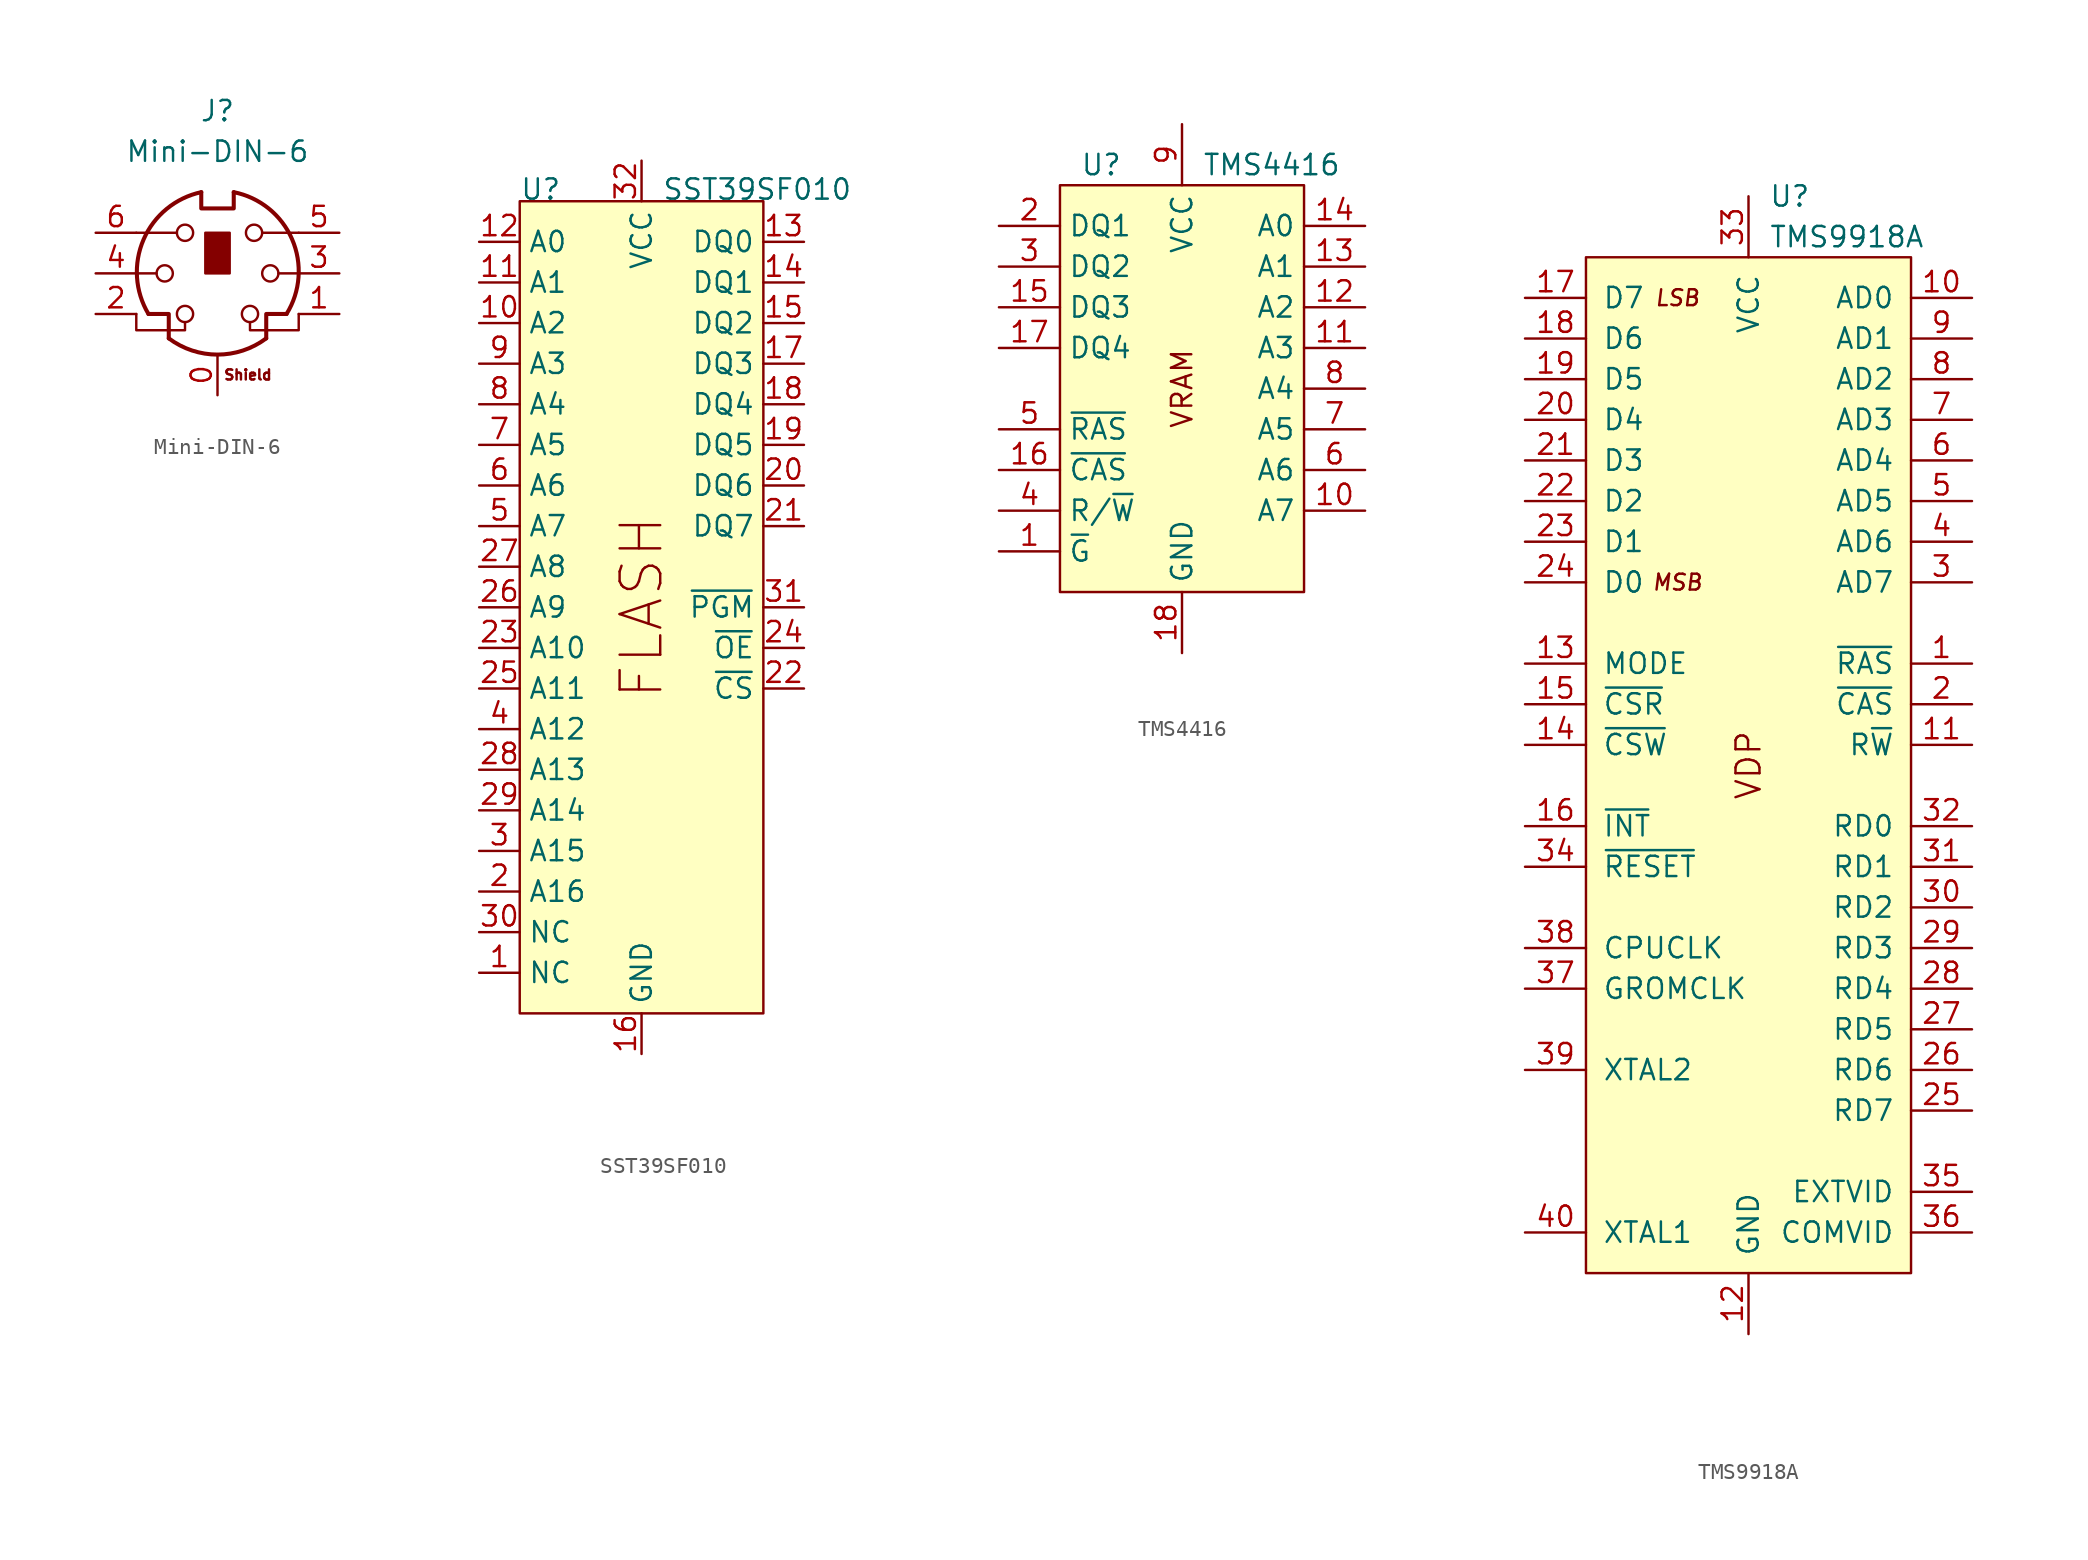
<source format=kicad_sym>
(kicad_symbol_lib
  (version 20220914)
  (generator kicad_symbol_editor)
  (symbol "Mini-DIN-6"
    (pin_names
      (offset 1.016))
    (property "Reference" "J"
      (at 0 10.16 0)
      (effects (font (size 1.27 1.27))))
    (property "Value" "Mini-DIN-6"
      (at 0 7.62 0)
      (effects (font (size 1.27 1.27))))
    (symbol "Mini-DIN-6_0_1"
      (circle (center -3.302 0) (radius 0.508) (stroke (width 0) (type default)) (fill (type none)))
      (arc (start -3.048 -4.064) (mid 0 -5.08) (end 3.048 -4.064) (stroke (width 0.254) (type default)) (fill (type none)))
      (circle (center -2.032 -2.54) (radius 0.508) (stroke (width 0) (type default)) (fill (type none)))
      (circle (center -2.032 2.54) (radius 0.508) (stroke (width 0) (type default)) (fill (type none)))
      (arc (start -1.016 5.08) (mid -4.6228 2.1214) (end -4.318 -2.54) (stroke (width 0.254) (type default)) (fill (type none)))
      (rectangle (start -0.762 2.54) (end 0.762 0) (stroke (width 0) (type default)) (fill (type outline)))
      (polyline (pts (xy -3.81 0) (xy -5.08 0)) (stroke (width 0) (type default)) (fill (type none)))
      (polyline (pts (xy -2.54 2.54) (xy -5.08 2.54)) (stroke (width 0) (type default)) (fill (type none)))
      (polyline (pts (xy 2.794 2.54) (xy 5.08 2.54)) (stroke (width 0) (type default)) (fill (type none)))
      (polyline (pts (xy 5.08 0) (xy 3.81 0)) (stroke (width 0) (type default)) (fill (type none)))
      (polyline (pts (xy -4.318 -2.54) (xy -3.048 -2.54) (xy -3.048 -4.064)) (stroke (width 0.254) (type default)) (fill (type none)))
      (polyline (pts (xy 4.318 -2.54) (xy 3.048 -2.54) (xy 3.048 -4.064)) (stroke (width 0.254) (type default)) (fill (type none)))
      (polyline (pts (xy -2.032 -3.048) (xy -2.032 -3.556) (xy -5.08 -3.556) (xy -5.08 -2.54)) (stroke (width 0) (type default)) (fill (type none)))
      (polyline (pts (xy -1.016 5.08) (xy -1.016 4.064) (xy 1.016 4.064) (xy 1.016 5.08)) (stroke (width 0.254) (type default)) (fill (type none)))
      (polyline (pts (xy 2.032 -3.048) (xy 2.032 -3.556) (xy 5.08 -3.556) (xy 5.08 -2.54)) (stroke (width 0) (type default)) (fill (type none)))
      (circle (center 2.032 -2.54) (radius 0.508) (stroke (width 0) (type default)) (fill (type none)))
      (circle (center 2.286 2.54) (radius 0.508) (stroke (width 0) (type default)) (fill (type none)))
      (circle (center 3.302 0) (radius 0.508) (stroke (width 0) (type default)) (fill (type none)))
      (arc (start 4.318 -2.54) (mid 4.6661 2.1322) (end 1.016 5.08) (stroke (width 0.254) (type default)) (fill (type none))))
    (symbol "Mini-DIN-6_1_1"
      (text "Shield" (at 1.905 -6.35 0) (effects (font (size 0.635 0.635))))
      (pin passive line (at 0 -7.62 90) (length 2.54) (name "" (effects (font (size 0.635 0.635)))) (number "0" (effects (font (size 1.27 1.27)))))
      (pin passive line (at 7.62 -2.54 180) (length 2.54) (name "~" (effects (font (size 1.27 1.27)))) (number "1" (effects (font (size 1.27 1.27)))))
      (pin passive line (at -7.62 -2.54 0) (length 2.54) (name "~" (effects (font (size 1.27 1.27)))) (number "2" (effects (font (size 1.27 1.27)))))
      (pin passive line (at 7.62 0 180) (length 2.54) (name "~" (effects (font (size 1.27 1.27)))) (number "3" (effects (font (size 1.27 1.27)))))
      (pin passive line (at -7.62 0 0) (length 2.54) (name "~" (effects (font (size 1.27 1.27)))) (number "4" (effects (font (size 1.27 1.27)))))
      (pin passive line (at 7.62 2.54 180) (length 2.54) (name "~" (effects (font (size 1.27 1.27)))) (number "5" (effects (font (size 1.27 1.27)))))
      (pin passive line (at -7.62 2.54 0) (length 2.54) (name "~" (effects (font (size 1.27 1.27)))) (number "6" (effects (font (size 1.27 1.27)))))))
  (symbol "SST39SF010"
    (property "Reference" "U"
      (at -7.62 0 0)
      (effects (font (size 1.27 1.27)) (justify left bottom)))
    (property "Value" "SST39SF010"
      (at 1.27 0 0)
      (effects (font (size 1.27 1.27)) (justify left bottom)))
    (symbol "SST39SF010_0_0"
      (text "FLASH" (at 0 -25.4 900) (effects (font (size 2.54 2.54))))
      (pin power_in line (at 0 -53.34 90) (length 2.54) (name "GND" (effects (font (size 1.27 1.27)))) (number "16" (effects (font (size 1.27 1.27)))))
      (pin power_in line (at 0 2.54 270) (length 2.54) (name "VCC" (effects (font (size 1.27 1.27)))) (number "32" (effects (font (size 1.27 1.27))))))
    (symbol "SST39SF010_0_1"
      (rectangle (start -7.62 0) (end 7.62 -50.8) (stroke (width 0) (type default)) (fill (type background))))
    (symbol "SST39SF010_1_1"
      (pin input line (at -10.16 -48.26 0) (length 2.54) (name "NC" (effects (font (size 1.27 1.27)))) (number "1" (effects (font (size 1.27 1.27)))))
      (pin input line (at -10.16 -7.62 0) (length 2.54) (name "A2" (effects (font (size 1.27 1.27)))) (number "10" (effects (font (size 1.27 1.27)))))
      (pin input line (at -10.16 -5.08 0) (length 2.54) (name "A1" (effects (font (size 1.27 1.27)))) (number "11" (effects (font (size 1.27 1.27)))))
      (pin input line (at -10.16 -2.54 0) (length 2.54) (name "A0" (effects (font (size 1.27 1.27)))) (number "12" (effects (font (size 1.27 1.27)))))
      (pin tri_state line (at 10.16 -2.54 180) (length 2.54) (name "DQ0" (effects (font (size 1.27 1.27)))) (number "13" (effects (font (size 1.27 1.27)))))
      (pin tri_state line (at 10.16 -5.08 180) (length 2.54) (name "DQ1" (effects (font (size 1.27 1.27)))) (number "14" (effects (font (size 1.27 1.27)))))
      (pin tri_state line (at 10.16 -7.62 180) (length 2.54) (name "DQ2" (effects (font (size 1.27 1.27)))) (number "15" (effects (font (size 1.27 1.27)))))
      (pin tri_state line (at 10.16 -10.16 180) (length 2.54) (name "DQ3" (effects (font (size 1.27 1.27)))) (number "17" (effects (font (size 1.27 1.27)))))
      (pin tri_state line (at 10.16 -12.7 180) (length 2.54) (name "DQ4" (effects (font (size 1.27 1.27)))) (number "18" (effects (font (size 1.27 1.27)))))
      (pin tri_state line (at 10.16 -15.24 180) (length 2.54) (name "DQ5" (effects (font (size 1.27 1.27)))) (number "19" (effects (font (size 1.27 1.27)))))
      (pin input line (at -10.16 -43.18 0) (length 2.54) (name "A16" (effects (font (size 1.27 1.27)))) (number "2" (effects (font (size 1.27 1.27)))))
      (pin tri_state line (at 10.16 -17.78 180) (length 2.54) (name "DQ6" (effects (font (size 1.27 1.27)))) (number "20" (effects (font (size 1.27 1.27)))))
      (pin tri_state line (at 10.16 -20.32 180) (length 2.54) (name "DQ7" (effects (font (size 1.27 1.27)))) (number "21" (effects (font (size 1.27 1.27)))))
      (pin input line (at 10.16 -30.48 180) (length 2.54) (name "~{CS}" (effects (font (size 1.27 1.27)))) (number "22" (effects (font (size 1.27 1.27)))))
      (pin input line (at -10.16 -27.94 0) (length 2.54) (name "A10" (effects (font (size 1.27 1.27)))) (number "23" (effects (font (size 1.27 1.27)))))
      (pin input line (at 10.16 -27.94 180) (length 2.54) (name "~{OE}" (effects (font (size 1.27 1.27)))) (number "24" (effects (font (size 1.27 1.27)))))
      (pin input line (at -10.16 -30.48 0) (length 2.54) (name "A11" (effects (font (size 1.27 1.27)))) (number "25" (effects (font (size 1.27 1.27)))))
      (pin input line (at -10.16 -25.4 0) (length 2.54) (name "A9" (effects (font (size 1.27 1.27)))) (number "26" (effects (font (size 1.27 1.27)))))
      (pin input line (at -10.16 -22.86 0) (length 2.54) (name "A8" (effects (font (size 1.27 1.27)))) (number "27" (effects (font (size 1.27 1.27)))))
      (pin input line (at -10.16 -35.56 0) (length 2.54) (name "A13" (effects (font (size 1.27 1.27)))) (number "28" (effects (font (size 1.27 1.27)))))
      (pin input line (at -10.16 -38.1 0) (length 2.54) (name "A14" (effects (font (size 1.27 1.27)))) (number "29" (effects (font (size 1.27 1.27)))))
      (pin input line (at -10.16 -40.64 0) (length 2.54) (name "A15" (effects (font (size 1.27 1.27)))) (number "3" (effects (font (size 1.27 1.27)))))
      (pin input line (at -10.16 -45.72 0) (length 2.54) (name "NC" (effects (font (size 1.27 1.27)))) (number "30" (effects (font (size 1.27 1.27)))))
      (pin input line (at 10.16 -25.4 180) (length 2.54) (name "~{PGM}" (effects (font (size 1.27 1.27)))) (number "31" (effects (font (size 1.27 1.27)))))
      (pin input line (at -10.16 -33.02 0) (length 2.54) (name "A12" (effects (font (size 1.27 1.27)))) (number "4" (effects (font (size 1.27 1.27)))))
      (pin input line (at -10.16 -20.32 0) (length 2.54) (name "A7" (effects (font (size 1.27 1.27)))) (number "5" (effects (font (size 1.27 1.27)))))
      (pin input line (at -10.16 -17.78 0) (length 2.54) (name "A6" (effects (font (size 1.27 1.27)))) (number "6" (effects (font (size 1.27 1.27)))))
      (pin input line (at -10.16 -15.24 0) (length 2.54) (name "A5" (effects (font (size 1.27 1.27)))) (number "7" (effects (font (size 1.27 1.27)))))
      (pin input line (at -10.16 -12.7 0) (length 2.54) (name "A4" (effects (font (size 1.27 1.27)))) (number "8" (effects (font (size 1.27 1.27)))))
      (pin input line (at -10.16 -10.16 0) (length 2.54) (name "A3" (effects (font (size 1.27 1.27)))) (number "9" (effects (font (size 1.27 1.27)))))))
  (symbol "TMS4416"
    (property "Reference" "U"
      (at -6.35 1.27 0)
      (effects (font (size 1.27 1.27)) (justify left)))
    (property "Value" "TMS4416"
      (at 1.27 1.27 0)
      (effects (font (size 1.27 1.27)) (justify left)))
    (symbol "TMS4416_1_1"
      (rectangle (start -7.62 0) (end 7.62 -25.4) (stroke (width 0) (type default)) (fill (type background)))
      (text "VRAM" (at 0 -12.7 900) (effects (font (size 1.27 1.27))))
      (pin power_in line (at -11.43 -22.86 0) (length 3.81) (name "~{G}" (effects (font (size 1.27 1.27)))) (number "1" (effects (font (size 1.27 1.27)))))
      (pin input line (at 11.43 -20.32 180) (length 3.81) (name "A7" (effects (font (size 1.27 1.27)))) (number "10" (effects (font (size 1.27 1.27)))))
      (pin input line (at 11.43 -10.16 180) (length 3.81) (name "A3" (effects (font (size 1.27 1.27)))) (number "11" (effects (font (size 1.27 1.27)))))
      (pin input line (at 11.43 -7.62 180) (length 3.81) (name "A2" (effects (font (size 1.27 1.27)))) (number "12" (effects (font (size 1.27 1.27)))))
      (pin input line (at 11.43 -5.08 180) (length 3.81) (name "A1" (effects (font (size 1.27 1.27)))) (number "13" (effects (font (size 1.27 1.27)))))
      (pin input line (at 11.43 -2.54 180) (length 3.81) (name "A0" (effects (font (size 1.27 1.27)))) (number "14" (effects (font (size 1.27 1.27)))))
      (pin bidirectional line (at -11.43 -7.62 0) (length 3.81) (name "DQ3" (effects (font (size 1.27 1.27)))) (number "15" (effects (font (size 1.27 1.27)))))
      (pin power_in line (at -11.43 -17.78 0) (length 3.81) (name "~{CAS}" (effects (font (size 1.27 1.27)))) (number "16" (effects (font (size 1.27 1.27)))))
      (pin bidirectional line (at -11.43 -10.16 0) (length 3.81) (name "DQ4" (effects (font (size 1.27 1.27)))) (number "17" (effects (font (size 1.27 1.27)))))
      (pin power_in line (at 0 -29.21 90) (length 3.81) (name "GND" (effects (font (size 1.27 1.27)))) (number "18" (effects (font (size 1.27 1.27)))))
      (pin bidirectional line (at -11.43 -2.54 0) (length 3.81) (name "DQ1" (effects (font (size 1.27 1.27)))) (number "2" (effects (font (size 1.27 1.27)))))
      (pin bidirectional line (at -11.43 -5.08 0) (length 3.81) (name "DQ2" (effects (font (size 1.27 1.27)))) (number "3" (effects (font (size 1.27 1.27)))))
      (pin power_in line (at -11.43 -20.32 0) (length 3.81) (name "R/~{W}" (effects (font (size 1.27 1.27)))) (number "4" (effects (font (size 1.27 1.27)))))
      (pin power_in line (at -11.43 -15.24 0) (length 3.81) (name "~{RAS}" (effects (font (size 1.27 1.27)))) (number "5" (effects (font (size 1.27 1.27)))))
      (pin input line (at 11.43 -17.78 180) (length 3.81) (name "A6" (effects (font (size 1.27 1.27)))) (number "6" (effects (font (size 1.27 1.27)))))
      (pin input line (at 11.43 -15.24 180) (length 3.81) (name "A5" (effects (font (size 1.27 1.27)))) (number "7" (effects (font (size 1.27 1.27)))))
      (pin input line (at 11.43 -12.7 180) (length 3.81) (name "A4" (effects (font (size 1.27 1.27)))) (number "8" (effects (font (size 1.27 1.27)))))
      (pin power_in line (at 0 3.81 270) (length 3.81) (name "VCC" (effects (font (size 1.27 1.27)))) (number "9" (effects (font (size 1.27 1.27)))))))
  (symbol "TMS9918A"
    (pin_names
      (offset 1.016))
    (property "Reference" "U"
      (at 1.27 3.81 0)
      (effects (font (size 1.27 1.27)) (justify left)))
    (property "Value" "TMS9918A"
      (at 1.27 1.27 0)
      (effects (font (size 1.27 1.27)) (justify left)))
    (symbol "TMS9918A_0_0"
      (text "MSB" (at -4.445 -20.32 0) (effects (font (size 0.991 0.991) italic)))
      (text "VDP" (at 0 -31.75 900) (effects (font (size 1.499 1.499)))))
    (symbol "TMS9918A_0_1"
      (rectangle (start -10.16 0) (end 10.16 -63.5) (stroke (width 0) (type default)) (fill (type background))))
    (symbol "TMS9918A_1_1"
      (text "LSB" (at -4.445 -2.54 0) (effects (font (size 0.991 0.991) italic)))
      (pin output line (at 13.97 -25.4 180) (length 3.81) (name "~{RAS}" (effects (font (size 1.27 1.27)))) (number "1" (effects (font (size 1.27 1.27)))))
      (pin output line (at 13.97 -2.54 180) (length 3.81) (name "AD0" (effects (font (size 1.27 1.27)))) (number "10" (effects (font (size 1.27 1.27)))))
      (pin output line (at 13.97 -30.48 180) (length 3.81) (name "R~{W}" (effects (font (size 1.27 1.27)))) (number "11" (effects (font (size 1.27 1.27)))))
      (pin power_in line (at 0 -67.31 90) (length 3.81) (name "GND" (effects (font (size 1.27 1.27)))) (number "12" (effects (font (size 1.27 1.27)))))
      (pin input line (at -13.97 -25.4 0) (length 3.81) (name "MODE" (effects (font (size 1.27 1.27)))) (number "13" (effects (font (size 1.27 1.27)))))
      (pin input line (at -13.97 -30.48 0) (length 3.81) (name "~{CSW}" (effects (font (size 1.27 1.27)))) (number "14" (effects (font (size 1.27 1.27)))))
      (pin input line (at -13.97 -27.94 0) (length 3.81) (name "~{CSR}" (effects (font (size 1.27 1.27)))) (number "15" (effects (font (size 1.27 1.27)))))
      (pin output line (at -13.97 -35.56 0) (length 3.81) (name "~{INT}" (effects (font (size 1.27 1.27)))) (number "16" (effects (font (size 1.27 1.27)))))
      (pin bidirectional line (at -13.97 -2.54 0) (length 3.81) (name "D7" (effects (font (size 1.27 1.27)))) (number "17" (effects (font (size 1.27 1.27)))))
      (pin bidirectional line (at -13.97 -5.08 0) (length 3.81) (name "D6" (effects (font (size 1.27 1.27)))) (number "18" (effects (font (size 1.27 1.27)))))
      (pin bidirectional line (at -13.97 -7.62 0) (length 3.81) (name "D5" (effects (font (size 1.27 1.27)))) (number "19" (effects (font (size 1.27 1.27)))))
      (pin output line (at 13.97 -27.94 180) (length 3.81) (name "~{CAS}" (effects (font (size 1.27 1.27)))) (number "2" (effects (font (size 1.27 1.27)))))
      (pin bidirectional line (at -13.97 -10.16 0) (length 3.81) (name "D4" (effects (font (size 1.27 1.27)))) (number "20" (effects (font (size 1.27 1.27)))))
      (pin bidirectional line (at -13.97 -12.7 0) (length 3.81) (name "D3" (effects (font (size 1.27 1.27)))) (number "21" (effects (font (size 1.27 1.27)))))
      (pin bidirectional line (at -13.97 -15.24 0) (length 3.81) (name "D2" (effects (font (size 1.27 1.27)))) (number "22" (effects (font (size 1.27 1.27)))))
      (pin bidirectional line (at -13.97 -17.78 0) (length 3.81) (name "D1" (effects (font (size 1.27 1.27)))) (number "23" (effects (font (size 1.27 1.27)))))
      (pin bidirectional line (at -13.97 -20.32 0) (length 3.81) (name "D0" (effects (font (size 1.27 1.27)))) (number "24" (effects (font (size 1.27 1.27)))))
      (pin input line (at 13.97 -53.34 180) (length 3.81) (name "RD7" (effects (font (size 1.27 1.27)))) (number "25" (effects (font (size 1.27 1.27)))))
      (pin input line (at 13.97 -50.8 180) (length 3.81) (name "RD6" (effects (font (size 1.27 1.27)))) (number "26" (effects (font (size 1.27 1.27)))))
      (pin input line (at 13.97 -48.26 180) (length 3.81) (name "RD5" (effects (font (size 1.27 1.27)))) (number "27" (effects (font (size 1.27 1.27)))))
      (pin input line (at 13.97 -45.72 180) (length 3.81) (name "RD4" (effects (font (size 1.27 1.27)))) (number "28" (effects (font (size 1.27 1.27)))))
      (pin input line (at 13.97 -43.18 180) (length 3.81) (name "RD3" (effects (font (size 1.27 1.27)))) (number "29" (effects (font (size 1.27 1.27)))))
      (pin output line (at 13.97 -20.32 180) (length 3.81) (name "AD7" (effects (font (size 1.27 1.27)))) (number "3" (effects (font (size 1.27 1.27)))))
      (pin input line (at 13.97 -40.64 180) (length 3.81) (name "RD2" (effects (font (size 1.27 1.27)))) (number "30" (effects (font (size 1.27 1.27)))))
      (pin input line (at 13.97 -38.1 180) (length 3.81) (name "RD1" (effects (font (size 1.27 1.27)))) (number "31" (effects (font (size 1.27 1.27)))))
      (pin input line (at 13.97 -35.56 180) (length 3.81) (name "RD0" (effects (font (size 1.27 1.27)))) (number "32" (effects (font (size 1.27 1.27)))))
      (pin power_in line (at 0 3.81 270) (length 3.81) (name "VCC" (effects (font (size 1.27 1.27)))) (number "33" (effects (font (size 1.27 1.27)))))
      (pin input line (at -13.97 -38.1 0) (length 3.81) (name "~{RESET}" (effects (font (size 1.27 1.27)))) (number "34" (effects (font (size 1.27 1.27)))))
      (pin input line (at 13.97 -58.42 180) (length 3.81) (name "EXTVID" (effects (font (size 1.27 1.27)))) (number "35" (effects (font (size 1.27 1.27)))))
      (pin output line (at 13.97 -60.96 180) (length 3.81) (name "COMVID" (effects (font (size 1.27 1.27)))) (number "36" (effects (font (size 1.27 1.27)))))
      (pin output line (at -13.97 -45.72 0) (length 3.81) (name "GROMCLK" (effects (font (size 1.27 1.27)))) (number "37" (effects (font (size 1.27 1.27)))))
      (pin output line (at -13.97 -43.18 0) (length 3.81) (name "CPUCLK" (effects (font (size 1.27 1.27)))) (number "38" (effects (font (size 1.27 1.27)))))
      (pin input line (at -13.97 -50.8 0) (length 3.81) (name "XTAL2" (effects (font (size 1.27 1.27)))) (number "39" (effects (font (size 1.27 1.27)))))
      (pin output line (at 13.97 -17.78 180) (length 3.81) (name "AD6" (effects (font (size 1.27 1.27)))) (number "4" (effects (font (size 1.27 1.27)))))
      (pin input line (at -13.97 -60.96 0) (length 3.81) (name "XTAL1" (effects (font (size 1.27 1.27)))) (number "40" (effects (font (size 1.27 1.27)))))
      (pin output line (at 13.97 -15.24 180) (length 3.81) (name "AD5" (effects (font (size 1.27 1.27)))) (number "5" (effects (font (size 1.27 1.27)))))
      (pin output line (at 13.97 -12.7 180) (length 3.81) (name "AD4" (effects (font (size 1.27 1.27)))) (number "6" (effects (font (size 1.27 1.27)))))
      (pin output line (at 13.97 -10.16 180) (length 3.81) (name "AD3" (effects (font (size 1.27 1.27)))) (number "7" (effects (font (size 1.27 1.27)))))
      (pin output line (at 13.97 -7.62 180) (length 3.81) (name "AD2" (effects (font (size 1.27 1.27)))) (number "8" (effects (font (size 1.27 1.27)))))
      (pin output line (at 13.97 -5.08 180) (length 3.81) (name "AD1" (effects (font (size 1.27 1.27)))) (number "9" (effects (font (size 1.27 1.27))))))))
</source>
